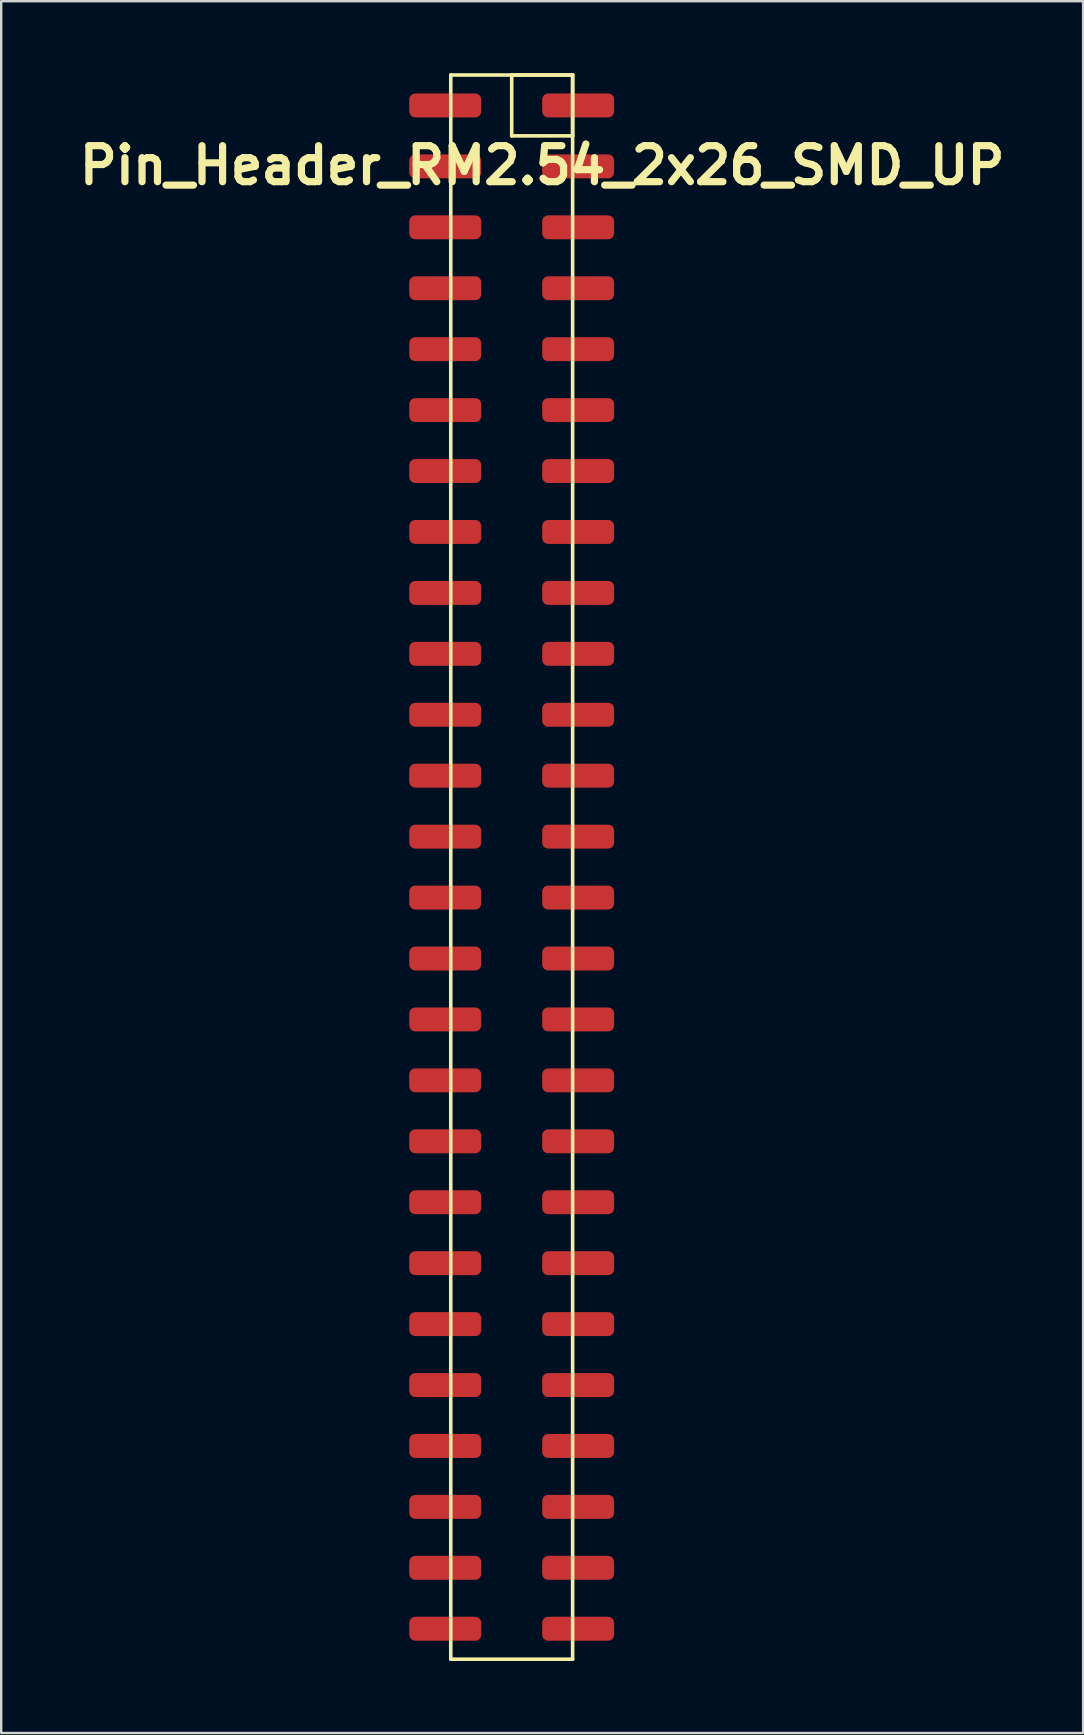
<source format=kicad_pcb>
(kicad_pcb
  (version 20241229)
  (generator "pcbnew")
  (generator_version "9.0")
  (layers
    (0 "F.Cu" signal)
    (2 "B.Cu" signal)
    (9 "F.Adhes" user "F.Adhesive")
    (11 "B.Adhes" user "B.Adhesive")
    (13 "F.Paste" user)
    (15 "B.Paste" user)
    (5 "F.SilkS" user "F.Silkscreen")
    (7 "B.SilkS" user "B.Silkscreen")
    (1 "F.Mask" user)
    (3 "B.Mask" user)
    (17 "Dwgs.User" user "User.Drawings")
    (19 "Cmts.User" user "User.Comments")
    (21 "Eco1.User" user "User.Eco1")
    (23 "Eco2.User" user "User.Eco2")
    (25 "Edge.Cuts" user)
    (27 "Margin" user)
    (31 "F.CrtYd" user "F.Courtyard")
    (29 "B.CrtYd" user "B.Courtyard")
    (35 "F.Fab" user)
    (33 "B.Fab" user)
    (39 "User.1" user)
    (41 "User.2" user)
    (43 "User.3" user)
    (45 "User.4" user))
  (footprint "Pin_Header_RM2.54_2x26_SMD_UP"
    (layer "F.Cu")
    (at 19.55 1.345)
    (property "Reference" "Pin_Header_RM2.54_2x26_SMD_UP" (at 0 2.5 0) (layer "F.SilkS") (effects (font (size 1.5 1.5) (thickness 0.3))))
    (attr through_hole)
    (fp_line (start -3.81 -1.27) (end 1.27 -1.27) (stroke (width 0.15) (type solid)) (layer "F.SilkS"))
    (fp_line (start -3.81 64.77) (end -3.81 -1.27) (stroke (width 0.15) (type solid)) (layer "F.SilkS"))
    (fp_line (start -1.27 -1.27) (end 1.27 -1.27) (stroke (width 0.15) (type solid)) (layer "F.SilkS"))
    (fp_line (start -1.27 1.27) (end -1.27 -1.27) (stroke (width 0.15) (type solid)) (layer "F.SilkS"))
    (fp_line (start 1.27 -1.27) (end 1.27 1.27) (stroke (width 0.15) (type solid)) (layer "F.SilkS"))
    (fp_line (start 1.27 -1.27) (end 1.27 64.77) (stroke (width 0.15) (type solid)) (layer "F.SilkS"))
    (fp_line (start 1.27 1.27) (end -1.27 1.27) (stroke (width 0.15) (type solid)) (layer "F.SilkS"))
    (fp_line (start 1.27 64.77) (end -3.81 64.77) (stroke (width 0.15) (type solid)) (layer "F.SilkS"))
    (pad "1" smd roundrect (at 1.5 0) (size 3 1) (layers "F.Cu" "F.Mask") (roundrect_rratio 0.25))
    (pad "2" smd roundrect (at -4.04 0) (size 3 1) (layers "F.Cu" "F.Mask") (roundrect_rratio 0.25))
    (pad "3" smd roundrect (at 1.5 2.54) (size 3 1) (layers "F.Cu" "F.Mask") (roundrect_rratio 0.25))
    (pad "4" smd roundrect (at -4.04 2.54) (size 3 1) (layers "F.Cu" "F.Mask") (roundrect_rratio 0.25))
    (pad "5" smd roundrect (at 1.5 5.08) (size 3 1) (layers "F.Cu" "F.Mask") (roundrect_rratio 0.25))
    (pad "6" smd roundrect (at -4.04 5.08) (size 3 1) (layers "F.Cu" "F.Mask") (roundrect_rratio 0.25))
    (pad "7" smd roundrect (at 1.5 7.62) (size 3 1) (layers "F.Cu" "F.Mask") (roundrect_rratio 0.25))
    (pad "8" smd roundrect (at -4.04 7.62) (size 3 1) (layers "F.Cu" "F.Mask") (roundrect_rratio 0.25))
    (pad "9" smd roundrect (at 1.5 10.16) (size 3 1) (layers "F.Cu" "F.Mask") (roundrect_rratio 0.25))
    (pad "10" smd roundrect (at -4.04 10.16) (size 3 1) (layers "F.Cu" "F.Mask") (roundrect_rratio 0.25))
    (pad "11" smd roundrect (at 1.5 12.7) (size 3 1) (layers "F.Cu" "F.Mask") (roundrect_rratio 0.25))
    (pad "12" smd roundrect (at -4.04 12.7) (size 3 1) (layers "F.Cu" "F.Mask") (roundrect_rratio 0.25))
    (pad "13" smd roundrect (at 1.5 15.24) (size 3 1) (layers "F.Cu" "F.Mask") (roundrect_rratio 0.25))
    (pad "14" smd roundrect (at -4.04 15.24) (size 3 1) (layers "F.Cu" "F.Mask") (roundrect_rratio 0.25))
    (pad "15" smd roundrect (at 1.5 17.78) (size 3 1) (layers "F.Cu" "F.Mask") (roundrect_rratio 0.25))
    (pad "16" smd roundrect (at -4.04 17.78) (size 3 1) (layers "F.Cu" "F.Mask") (roundrect_rratio 0.25))
    (pad "17" smd roundrect (at 1.5 20.32) (size 3 1) (layers "F.Cu" "F.Mask") (roundrect_rratio 0.25))
    (pad "18" smd roundrect (at -4.04 20.32) (size 3 1) (layers "F.Cu" "F.Mask") (roundrect_rratio 0.25))
    (pad "19" smd roundrect (at 1.5 22.86) (size 3 1) (layers "F.Cu" "F.Mask") (roundrect_rratio 0.25))
    (pad "20" smd roundrect (at -4.04 22.86) (size 3 1) (layers "F.Cu" "F.Mask") (roundrect_rratio 0.25))
    (pad "21" smd roundrect (at 1.5 25.4) (size 3 1) (layers "F.Cu" "F.Mask") (roundrect_rratio 0.25))
    (pad "22" smd roundrect (at -4.04 25.4) (size 3 1) (layers "F.Cu" "F.Mask") (roundrect_rratio 0.25))
    (pad "23" smd roundrect (at 1.5 27.94) (size 3 1) (layers "F.Cu" "F.Mask") (roundrect_rratio 0.25))
    (pad "24" smd roundrect (at -4.04 27.94) (size 3 1) (layers "F.Cu" "F.Mask") (roundrect_rratio 0.25))
    (pad "25" smd roundrect (at 1.5 30.48) (size 3 1) (layers "F.Cu" "F.Mask") (roundrect_rratio 0.25))
    (pad "26" smd roundrect (at -4.04 30.48) (size 3 1) (layers "F.Cu" "F.Mask") (roundrect_rratio 0.25))
    (pad "27" smd roundrect (at 1.5 33.02) (size 3 1) (layers "F.Cu" "F.Mask") (roundrect_rratio 0.25))
    (pad "28" smd roundrect (at -4.04 33.02) (size 3 1) (layers "F.Cu" "F.Mask") (roundrect_rratio 0.25))
    (pad "29" smd roundrect (at 1.5 35.56) (size 3 1) (layers "F.Cu" "F.Mask") (roundrect_rratio 0.25))
    (pad "30" smd roundrect (at -4.04 35.56) (size 3 1) (layers "F.Cu" "F.Mask") (roundrect_rratio 0.25))
    (pad "31" smd roundrect (at 1.5 38.1) (size 3 1) (layers "F.Cu" "F.Mask") (roundrect_rratio 0.25))
    (pad "32" smd roundrect (at -4.04 38.1) (size 3 1) (layers "F.Cu" "F.Mask") (roundrect_rratio 0.25))
    (pad "33" smd roundrect (at 1.5 40.64) (size 3 1) (layers "F.Cu" "F.Mask") (roundrect_rratio 0.25))
    (pad "34" smd roundrect (at -4.04 40.64) (size 3 1) (layers "F.Cu" "F.Mask") (roundrect_rratio 0.25))
    (pad "35" smd roundrect (at 1.5 43.18) (size 3 1) (layers "F.Cu" "F.Mask") (roundrect_rratio 0.25))
    (pad "36" smd roundrect (at -4.04 43.18) (size 3 1) (layers "F.Cu" "F.Mask") (roundrect_rratio 0.25))
    (pad "37" smd roundrect (at 1.5 45.72) (size 3 1) (layers "F.Cu" "F.Mask") (roundrect_rratio 0.25))
    (pad "38" smd roundrect (at -4.04 45.72) (size 3 1) (layers "F.Cu" "F.Mask") (roundrect_rratio 0.25))
    (pad "39" smd roundrect (at 1.5 48.26) (size 3 1) (layers "F.Cu" "F.Mask") (roundrect_rratio 0.25))
    (pad "40" smd roundrect (at -4.04 48.26) (size 3 1) (layers "F.Cu" "F.Mask") (roundrect_rratio 0.25))
    (pad "41" smd roundrect (at 1.5 50.8) (size 3 1) (layers "F.Cu" "F.Mask") (roundrect_rratio 0.25))
    (pad "42" smd roundrect (at -4.04 50.8) (size 3 1) (layers "F.Cu" "F.Mask") (roundrect_rratio 0.25))
    (pad "43" smd roundrect (at 1.5 53.34) (size 3 1) (layers "F.Cu" "F.Mask") (roundrect_rratio 0.25))
    (pad "44" smd roundrect (at -4.04 53.34) (size 3 1) (layers "F.Cu" "F.Mask") (roundrect_rratio 0.25))
    (pad "45" smd roundrect (at 1.5 55.88) (size 3 1) (layers "F.Cu" "F.Mask") (roundrect_rratio 0.25))
    (pad "46" smd roundrect (at -4.04 55.88) (size 3 1) (layers "F.Cu" "F.Mask") (roundrect_rratio 0.25))
    (pad "47" smd roundrect (at 1.5 58.42) (size 3 1) (layers "F.Cu" "F.Mask") (roundrect_rratio 0.25))
    (pad "48" smd roundrect (at -4.04 58.42) (size 3 1) (layers "F.Cu" "F.Mask") (roundrect_rratio 0.25))
    (pad "49" smd roundrect (at 1.5 60.96) (size 3 1) (layers "F.Cu" "F.Mask") (roundrect_rratio 0.25))
    (pad "50" smd roundrect (at -4.04 60.96) (size 3 1) (layers "F.Cu" "F.Mask") (roundrect_rratio 0.25))
    (pad "51" smd roundrect (at 1.5 63.5) (size 3 1) (layers "F.Cu" "F.Mask") (roundrect_rratio 0.25))
    (pad "52" smd roundrect (at -4.04 63.5) (size 3 1) (layers "F.Cu" "F.Mask") (roundrect_rratio 0.25)))
  (gr_rect
    (start -3 -3)
    (end 42.1 69.19)
    (stroke (width 0.1) (type default))
    (fill no)
    (layer "Edge.Cuts")))
</source>
